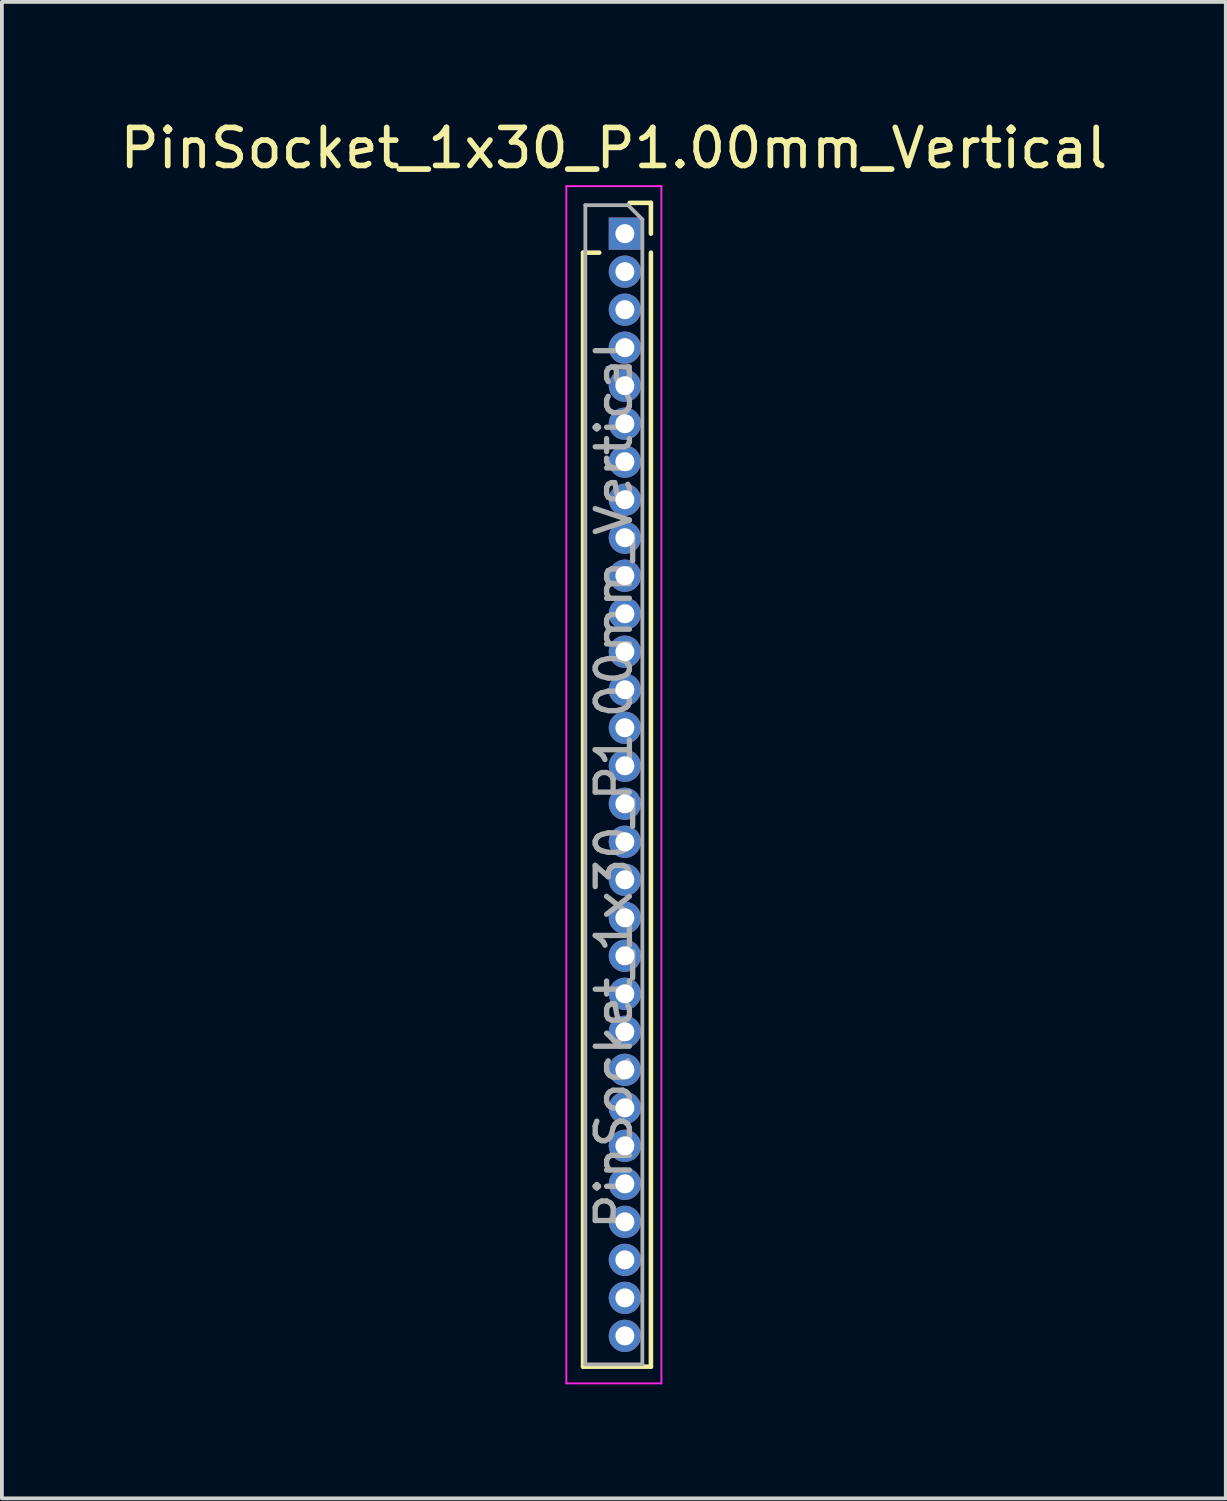
<source format=kicad_pcb>
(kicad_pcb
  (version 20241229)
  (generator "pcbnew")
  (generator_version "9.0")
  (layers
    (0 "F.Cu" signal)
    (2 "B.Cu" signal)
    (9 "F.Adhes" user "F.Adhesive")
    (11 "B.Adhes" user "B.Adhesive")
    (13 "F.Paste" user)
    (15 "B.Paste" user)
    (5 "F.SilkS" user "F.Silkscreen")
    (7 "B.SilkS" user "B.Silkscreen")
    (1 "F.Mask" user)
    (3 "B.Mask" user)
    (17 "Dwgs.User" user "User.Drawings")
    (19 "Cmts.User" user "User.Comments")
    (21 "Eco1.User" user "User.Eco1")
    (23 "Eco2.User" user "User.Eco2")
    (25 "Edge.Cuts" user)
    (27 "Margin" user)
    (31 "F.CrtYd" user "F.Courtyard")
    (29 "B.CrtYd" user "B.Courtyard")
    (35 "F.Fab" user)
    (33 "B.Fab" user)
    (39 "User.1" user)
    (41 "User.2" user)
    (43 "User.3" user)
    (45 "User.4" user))
  (footprint "PinSocket_1x30_P1.00mm_Vertical"
    (layer "F.Cu")
    (at 13.391 3.098)
    (property "Reference" "PinSocket_1x30_P1.00mm_Vertical" (at -0.29 -2.25 0) (layer "F.SilkS") (effects (font (size 1 1) (thickness 0.15))))
    (attr through_hole)
    (fp_line (start -1.1 0.5) (end -1.1 29.81) (stroke (width 0.12) (type solid)) (layer "F.SilkS"))
    (fp_line (start -1.1 0.5) (end -0.674 0.5) (stroke (width 0.12) (type solid)) (layer "F.SilkS"))
    (fp_line (start -1.1 29.81) (end 0.685 29.81) (stroke (width 0.12) (type solid)) (layer "F.SilkS"))
    (fp_line (start 0.125 -0.81) (end 0.685 -0.81) (stroke (width 0.12) (type solid)) (layer "F.SilkS"))
    (fp_line (start 0.685 -0.81) (end 0.685 0) (stroke (width 0.12) (type solid)) (layer "F.SilkS"))
    (fp_line (start 0.685 0.5) (end 0.685 29.81) (stroke (width 0.12) (type solid)) (layer "F.SilkS"))
    (fp_line (start -1.54 -1.25) (end 0.96 -1.25) (stroke (width 0.05) (type solid)) (layer "F.CrtYd"))
    (fp_line (start -1.54 30.25) (end -1.54 -1.25) (stroke (width 0.05) (type solid)) (layer "F.CrtYd"))
    (fp_line (start 0.96 -1.25) (end 0.96 30.25) (stroke (width 0.05) (type solid)) (layer "F.CrtYd"))
    (fp_line (start 0.96 30.25) (end -1.54 30.25) (stroke (width 0.05) (type solid)) (layer "F.CrtYd"))
    (fp_line (start -1.04 -0.75) (end 0.085 -0.75) (stroke (width 0.1) (type solid)) (layer "F.Fab"))
    (fp_line (start -1.04 29.75) (end -1.04 -0.75) (stroke (width 0.1) (type solid)) (layer "F.Fab"))
    (fp_line (start 0.085 -0.75) (end 0.46 -0.375) (stroke (width 0.1) (type solid)) (layer "F.Fab"))
    (fp_line (start 0.46 -0.375) (end 0.46 29.75) (stroke (width 0.1) (type solid)) (layer "F.Fab"))
    (fp_line (start 0.46 29.75) (end -1.04 29.75) (stroke (width 0.1) (type solid)) (layer "F.Fab"))
    (fp_text user "${REFERENCE}" (at -0.29 14.5 90) (layer "F.Fab") (effects (font (size 0.9 0.9) (thickness 0.14))))
    (pad "1" thru_hole rect (at 0 0) (size 0.85 0.85) (drill 0.5) (layers "*.Cu" "*.Mask"))
    (pad "2" thru_hole oval (at 0 1) (size 0.85 0.85) (drill 0.5) (layers "*.Cu" "*.Mask"))
    (pad "3" thru_hole oval (at 0 2) (size 0.85 0.85) (drill 0.5) (layers "*.Cu" "*.Mask"))
    (pad "4" thru_hole oval (at 0 3) (size 0.85 0.85) (drill 0.5) (layers "*.Cu" "*.Mask"))
    (pad "5" thru_hole oval (at 0 4) (size 0.85 0.85) (drill 0.5) (layers "*.Cu" "*.Mask"))
    (pad "6" thru_hole oval (at 0 5) (size 0.85 0.85) (drill 0.5) (layers "*.Cu" "*.Mask"))
    (pad "7" thru_hole oval (at 0 6) (size 0.85 0.85) (drill 0.5) (layers "*.Cu" "*.Mask"))
    (pad "8" thru_hole oval (at 0 7) (size 0.85 0.85) (drill 0.5) (layers "*.Cu" "*.Mask"))
    (pad "9" thru_hole oval (at 0 8) (size 0.85 0.85) (drill 0.5) (layers "*.Cu" "*.Mask"))
    (pad "10" thru_hole oval (at 0 9) (size 0.85 0.85) (drill 0.5) (layers "*.Cu" "*.Mask"))
    (pad "11" thru_hole oval (at 0 10) (size 0.85 0.85) (drill 0.5) (layers "*.Cu" "*.Mask"))
    (pad "12" thru_hole oval (at 0 11) (size 0.85 0.85) (drill 0.5) (layers "*.Cu" "*.Mask"))
    (pad "13" thru_hole oval (at 0 12) (size 0.85 0.85) (drill 0.5) (layers "*.Cu" "*.Mask"))
    (pad "14" thru_hole oval (at 0 13) (size 0.85 0.85) (drill 0.5) (layers "*.Cu" "*.Mask"))
    (pad "15" thru_hole oval (at 0 14) (size 0.85 0.85) (drill 0.5) (layers "*.Cu" "*.Mask"))
    (pad "16" thru_hole oval (at 0 15) (size 0.85 0.85) (drill 0.5) (layers "*.Cu" "*.Mask"))
    (pad "17" thru_hole oval (at 0 16) (size 0.85 0.85) (drill 0.5) (layers "*.Cu" "*.Mask"))
    (pad "18" thru_hole oval (at 0 17) (size 0.85 0.85) (drill 0.5) (layers "*.Cu" "*.Mask"))
    (pad "19" thru_hole oval (at 0 18) (size 0.85 0.85) (drill 0.5) (layers "*.Cu" "*.Mask"))
    (pad "20" thru_hole oval (at 0 19) (size 0.85 0.85) (drill 0.5) (layers "*.Cu" "*.Mask"))
    (pad "21" thru_hole oval (at 0 20) (size 0.85 0.85) (drill 0.5) (layers "*.Cu" "*.Mask"))
    (pad "22" thru_hole oval (at 0 21) (size 0.85 0.85) (drill 0.5) (layers "*.Cu" "*.Mask"))
    (pad "23" thru_hole oval (at 0 22) (size 0.85 0.85) (drill 0.5) (layers "*.Cu" "*.Mask"))
    (pad "24" thru_hole oval (at 0 23) (size 0.85 0.85) (drill 0.5) (layers "*.Cu" "*.Mask"))
    (pad "25" thru_hole oval (at 0 24) (size 0.85 0.85) (drill 0.5) (layers "*.Cu" "*.Mask"))
    (pad "26" thru_hole oval (at 0 25) (size 0.85 0.85) (drill 0.5) (layers "*.Cu" "*.Mask"))
    (pad "27" thru_hole oval (at 0 26) (size 0.85 0.85) (drill 0.5) (layers "*.Cu" "*.Mask"))
    (pad "28" thru_hole oval (at 0 27) (size 0.85 0.85) (drill 0.5) (layers "*.Cu" "*.Mask"))
    (pad "29" thru_hole oval (at 0 28) (size 0.85 0.85) (drill 0.5) (layers "*.Cu" "*.Mask"))
    (pad "30" thru_hole oval (at 0 29) (size 0.85 0.85) (drill 0.5) (layers "*.Cu" "*.Mask")))
  (gr_rect
    (start -3 -3)
    (end 29.202 36.373)
    (stroke (width 0.1) (type default))
    (fill no)
    (layer "Edge.Cuts")))
</source>
